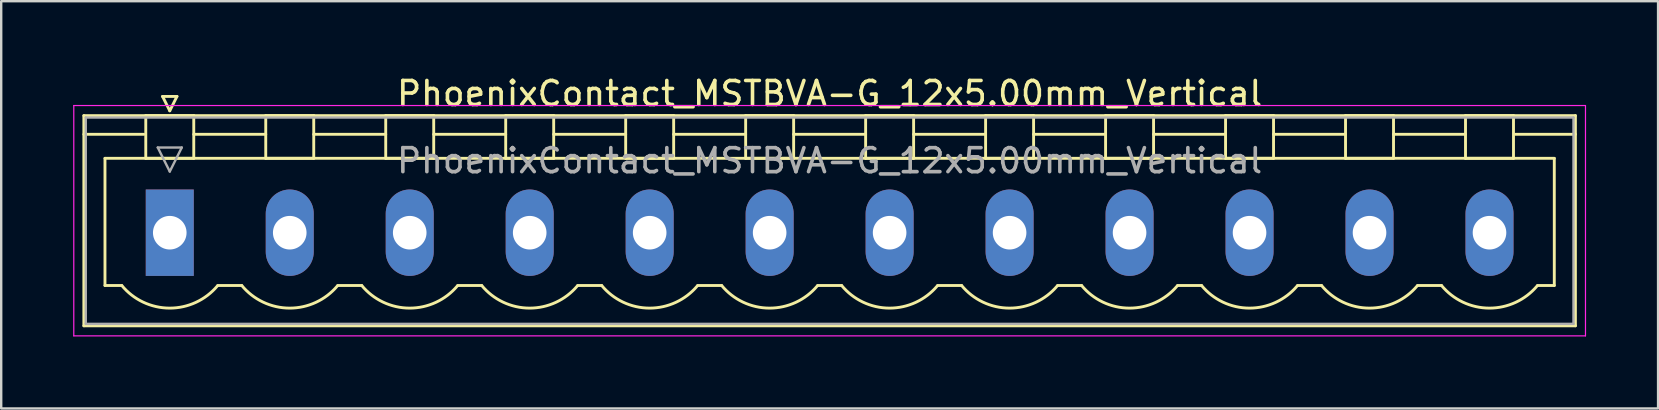
<source format=kicad_pcb>
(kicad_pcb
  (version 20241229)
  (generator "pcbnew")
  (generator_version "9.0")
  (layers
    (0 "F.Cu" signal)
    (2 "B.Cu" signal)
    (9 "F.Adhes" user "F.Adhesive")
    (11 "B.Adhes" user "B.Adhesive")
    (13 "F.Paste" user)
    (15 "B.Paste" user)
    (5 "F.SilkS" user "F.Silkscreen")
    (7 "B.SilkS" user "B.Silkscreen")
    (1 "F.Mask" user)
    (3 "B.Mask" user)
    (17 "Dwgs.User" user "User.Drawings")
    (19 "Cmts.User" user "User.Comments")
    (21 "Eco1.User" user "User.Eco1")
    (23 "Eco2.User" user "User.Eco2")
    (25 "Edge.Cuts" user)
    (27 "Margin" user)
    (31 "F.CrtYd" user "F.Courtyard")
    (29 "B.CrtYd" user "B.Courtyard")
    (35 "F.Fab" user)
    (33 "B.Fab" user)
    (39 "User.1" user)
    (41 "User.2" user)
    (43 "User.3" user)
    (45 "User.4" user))
  (footprint "PhoenixContact_MSTBVA-G_12x5.00mm_Vertical"
    (layer "F.Cu")
    (at 4.025 6.648)
    (property "Reference" "PhoenixContact_MSTBVA-G_12x5.00mm_Vertical" (at 27.5 -5.8 0) (layer "F.SilkS") (effects (font (size 1 1) (thickness 0.15))))
    (attr through_hole)
    (fp_line (start -3.58 -4.88) (end -3.58 3.88) (stroke (width 0.12) (type solid)) (layer "F.SilkS"))
    (fp_line (start -3.58 -4.1) (end -1.08 -4.1) (stroke (width 0.12) (type solid)) (layer "F.SilkS"))
    (fp_line (start -3.58 3.88) (end 58.58 3.88) (stroke (width 0.12) (type solid)) (layer "F.SilkS"))
    (fp_line (start -2.7 -3.1) (end 57.7 -3.1) (stroke (width 0.12) (type solid)) (layer "F.SilkS"))
    (fp_line (start -2.7 2.2) (end -2.7 -3.1) (stroke (width 0.12) (type solid)) (layer "F.SilkS"))
    (fp_line (start -2 2.2) (end -2.7 2.2) (stroke (width 0.12) (type solid)) (layer "F.SilkS"))
    (fp_line (start -1 -4.88) (end 1 -4.88) (stroke (width 0.12) (type solid)) (layer "F.SilkS"))
    (fp_line (start -1 -3.1) (end -1 -4.88) (stroke (width 0.12) (type solid)) (layer "F.SilkS"))
    (fp_line (start -0.3 -5.68) (end 0.3 -5.68) (stroke (width 0.12) (type solid)) (layer "F.SilkS"))
    (fp_line (start 0 -5.08) (end -0.3 -5.68) (stroke (width 0.12) (type solid)) (layer "F.SilkS"))
    (fp_line (start 0.3 -5.68) (end 0 -5.08) (stroke (width 0.12) (type solid)) (layer "F.SilkS"))
    (fp_line (start 1 -4.88) (end 1 -3.1) (stroke (width 0.12) (type solid)) (layer "F.SilkS"))
    (fp_line (start 1 -4.1) (end 4 -4.1) (stroke (width 0.12) (type solid)) (layer "F.SilkS"))
    (fp_line (start 1 -3.1) (end -1 -3.1) (stroke (width 0.12) (type solid)) (layer "F.SilkS"))
    (fp_line (start 2 2.2) (end 3 2.2) (stroke (width 0.12) (type solid)) (layer "F.SilkS"))
    (fp_line (start 4 -4.88) (end 6 -4.88) (stroke (width 0.12) (type solid)) (layer "F.SilkS"))
    (fp_line (start 4 -3.1) (end 4 -4.88) (stroke (width 0.12) (type solid)) (layer "F.SilkS"))
    (fp_line (start 6 -4.88) (end 6 -3.1) (stroke (width 0.12) (type solid)) (layer "F.SilkS"))
    (fp_line (start 6 -4.1) (end 9 -4.1) (stroke (width 0.12) (type solid)) (layer "F.SilkS"))
    (fp_line (start 6 -3.1) (end 4 -3.1) (stroke (width 0.12) (type solid)) (layer "F.SilkS"))
    (fp_line (start 7 2.2) (end 8 2.2) (stroke (width 0.12) (type solid)) (layer "F.SilkS"))
    (fp_line (start 9 -4.88) (end 11 -4.88) (stroke (width 0.12) (type solid)) (layer "F.SilkS"))
    (fp_line (start 9 -3.1) (end 9 -4.88) (stroke (width 0.12) (type solid)) (layer "F.SilkS"))
    (fp_line (start 11 -4.88) (end 11 -3.1) (stroke (width 0.12) (type solid)) (layer "F.SilkS"))
    (fp_line (start 11 -4.1) (end 14 -4.1) (stroke (width 0.12) (type solid)) (layer "F.SilkS"))
    (fp_line (start 11 -3.1) (end 9 -3.1) (stroke (width 0.12) (type solid)) (layer "F.SilkS"))
    (fp_line (start 12 2.2) (end 13 2.2) (stroke (width 0.12) (type solid)) (layer "F.SilkS"))
    (fp_line (start 14 -4.88) (end 16 -4.88) (stroke (width 0.12) (type solid)) (layer "F.SilkS"))
    (fp_line (start 14 -3.1) (end 14 -4.88) (stroke (width 0.12) (type solid)) (layer "F.SilkS"))
    (fp_line (start 16 -4.88) (end 16 -3.1) (stroke (width 0.12) (type solid)) (layer "F.SilkS"))
    (fp_line (start 16 -4.1) (end 19 -4.1) (stroke (width 0.12) (type solid)) (layer "F.SilkS"))
    (fp_line (start 16 -3.1) (end 14 -3.1) (stroke (width 0.12) (type solid)) (layer "F.SilkS"))
    (fp_line (start 17 2.2) (end 18 2.2) (stroke (width 0.12) (type solid)) (layer "F.SilkS"))
    (fp_line (start 19 -4.88) (end 21 -4.88) (stroke (width 0.12) (type solid)) (layer "F.SilkS"))
    (fp_line (start 19 -3.1) (end 19 -4.88) (stroke (width 0.12) (type solid)) (layer "F.SilkS"))
    (fp_line (start 21 -4.88) (end 21 -3.1) (stroke (width 0.12) (type solid)) (layer "F.SilkS"))
    (fp_line (start 21 -4.1) (end 24 -4.1) (stroke (width 0.12) (type solid)) (layer "F.SilkS"))
    (fp_line (start 21 -3.1) (end 19 -3.1) (stroke (width 0.12) (type solid)) (layer "F.SilkS"))
    (fp_line (start 22 2.2) (end 23 2.2) (stroke (width 0.12) (type solid)) (layer "F.SilkS"))
    (fp_line (start 24 -4.88) (end 26 -4.88) (stroke (width 0.12) (type solid)) (layer "F.SilkS"))
    (fp_line (start 24 -3.1) (end 24 -4.88) (stroke (width 0.12) (type solid)) (layer "F.SilkS"))
    (fp_line (start 26 -4.88) (end 26 -3.1) (stroke (width 0.12) (type solid)) (layer "F.SilkS"))
    (fp_line (start 26 -4.1) (end 29 -4.1) (stroke (width 0.12) (type solid)) (layer "F.SilkS"))
    (fp_line (start 26 -3.1) (end 24 -3.1) (stroke (width 0.12) (type solid)) (layer "F.SilkS"))
    (fp_line (start 27 2.2) (end 28 2.2) (stroke (width 0.12) (type solid)) (layer "F.SilkS"))
    (fp_line (start 29 -4.88) (end 31 -4.88) (stroke (width 0.12) (type solid)) (layer "F.SilkS"))
    (fp_line (start 29 -3.1) (end 29 -4.88) (stroke (width 0.12) (type solid)) (layer "F.SilkS"))
    (fp_line (start 31 -4.88) (end 31 -3.1) (stroke (width 0.12) (type solid)) (layer "F.SilkS"))
    (fp_line (start 31 -4.1) (end 34 -4.1) (stroke (width 0.12) (type solid)) (layer "F.SilkS"))
    (fp_line (start 31 -3.1) (end 29 -3.1) (stroke (width 0.12) (type solid)) (layer "F.SilkS"))
    (fp_line (start 32 2.2) (end 33 2.2) (stroke (width 0.12) (type solid)) (layer "F.SilkS"))
    (fp_line (start 34 -4.88) (end 36 -4.88) (stroke (width 0.12) (type solid)) (layer "F.SilkS"))
    (fp_line (start 34 -3.1) (end 34 -4.88) (stroke (width 0.12) (type solid)) (layer "F.SilkS"))
    (fp_line (start 36 -4.88) (end 36 -3.1) (stroke (width 0.12) (type solid)) (layer "F.SilkS"))
    (fp_line (start 36 -4.1) (end 39 -4.1) (stroke (width 0.12) (type solid)) (layer "F.SilkS"))
    (fp_line (start 36 -3.1) (end 34 -3.1) (stroke (width 0.12) (type solid)) (layer "F.SilkS"))
    (fp_line (start 37 2.2) (end 38 2.2) (stroke (width 0.12) (type solid)) (layer "F.SilkS"))
    (fp_line (start 39 -4.88) (end 41 -4.88) (stroke (width 0.12) (type solid)) (layer "F.SilkS"))
    (fp_line (start 39 -3.1) (end 39 -4.88) (stroke (width 0.12) (type solid)) (layer "F.SilkS"))
    (fp_line (start 41 -4.88) (end 41 -3.1) (stroke (width 0.12) (type solid)) (layer "F.SilkS"))
    (fp_line (start 41 -4.1) (end 44 -4.1) (stroke (width 0.12) (type solid)) (layer "F.SilkS"))
    (fp_line (start 41 -3.1) (end 39 -3.1) (stroke (width 0.12) (type solid)) (layer "F.SilkS"))
    (fp_line (start 42 2.2) (end 43 2.2) (stroke (width 0.12) (type solid)) (layer "F.SilkS"))
    (fp_line (start 44 -4.88) (end 46 -4.88) (stroke (width 0.12) (type solid)) (layer "F.SilkS"))
    (fp_line (start 44 -3.1) (end 44 -4.88) (stroke (width 0.12) (type solid)) (layer "F.SilkS"))
    (fp_line (start 46 -4.88) (end 46 -3.1) (stroke (width 0.12) (type solid)) (layer "F.SilkS"))
    (fp_line (start 46 -4.1) (end 49 -4.1) (stroke (width 0.12) (type solid)) (layer "F.SilkS"))
    (fp_line (start 46 -3.1) (end 44 -3.1) (stroke (width 0.12) (type solid)) (layer "F.SilkS"))
    (fp_line (start 47 2.2) (end 48 2.2) (stroke (width 0.12) (type solid)) (layer "F.SilkS"))
    (fp_line (start 49 -4.88) (end 51 -4.88) (stroke (width 0.12) (type solid)) (layer "F.SilkS"))
    (fp_line (start 49 -3.1) (end 49 -4.88) (stroke (width 0.12) (type solid)) (layer "F.SilkS"))
    (fp_line (start 51 -4.88) (end 51 -3.1) (stroke (width 0.12) (type solid)) (layer "F.SilkS"))
    (fp_line (start 51 -4.1) (end 54 -4.1) (stroke (width 0.12) (type solid)) (layer "F.SilkS"))
    (fp_line (start 51 -3.1) (end 49 -3.1) (stroke (width 0.12) (type solid)) (layer "F.SilkS"))
    (fp_line (start 52 2.2) (end 53 2.2) (stroke (width 0.12) (type solid)) (layer "F.SilkS"))
    (fp_line (start 54 -4.88) (end 56 -4.88) (stroke (width 0.12) (type solid)) (layer "F.SilkS"))
    (fp_line (start 54 -3.1) (end 54 -4.88) (stroke (width 0.12) (type solid)) (layer "F.SilkS"))
    (fp_line (start 56 -4.88) (end 56 -3.1) (stroke (width 0.12) (type solid)) (layer "F.SilkS"))
    (fp_line (start 56 -3.1) (end 54 -3.1) (stroke (width 0.12) (type solid)) (layer "F.SilkS"))
    (fp_line (start 57.7 -3.1) (end 57.7 2.2) (stroke (width 0.12) (type solid)) (layer "F.SilkS"))
    (fp_line (start 57.7 2.2) (end 57 2.2) (stroke (width 0.12) (type solid)) (layer "F.SilkS"))
    (fp_line (start 58.58 -4.88) (end -3.58 -4.88) (stroke (width 0.12) (type solid)) (layer "F.SilkS"))
    (fp_line (start 58.58 -4.1) (end 56.08 -4.1) (stroke (width 0.12) (type solid)) (layer "F.SilkS"))
    (fp_line (start 58.58 3.88) (end 58.58 -4.88) (stroke (width 0.12) (type solid)) (layer "F.SilkS"))
    (fp_arc (start 1.986842 2.215821) (mid -0.010289 3.142758) (end -2 2.2) (stroke (width 0.12) (type solid)) (layer "F.SilkS"))
    (fp_arc (start 6.986842 2.215821) (mid 4.989711 3.142758) (end 3 2.2) (stroke (width 0.12) (type solid)) (layer "F.SilkS"))
    (fp_arc (start 11.986842 2.215821) (mid 9.989711 3.142758) (end 8 2.2) (stroke (width 0.12) (type solid)) (layer "F.SilkS"))
    (fp_arc (start 16.986842 2.215821) (mid 14.989711 3.142758) (end 13 2.2) (stroke (width 0.12) (type solid)) (layer "F.SilkS"))
    (fp_arc (start 21.986842 2.215821) (mid 19.989711 3.142758) (end 18 2.2) (stroke (width 0.12) (type solid)) (layer "F.SilkS"))
    (fp_arc (start 26.986842 2.215821) (mid 24.989711 3.142758) (end 23 2.2) (stroke (width 0.12) (type solid)) (layer "F.SilkS"))
    (fp_arc (start 31.986842 2.215821) (mid 29.989711 3.142758) (end 28 2.2) (stroke (width 0.12) (type solid)) (layer "F.SilkS"))
    (fp_arc (start 36.986842 2.215821) (mid 34.989711 3.142758) (end 33 2.2) (stroke (width 0.12) (type solid)) (layer "F.SilkS"))
    (fp_arc (start 41.986842 2.215821) (mid 39.989711 3.142758) (end 38 2.2) (stroke (width 0.12) (type solid)) (layer "F.SilkS"))
    (fp_arc (start 46.986842 2.215821) (mid 44.989711 3.142758) (end 43 2.2) (stroke (width 0.12) (type solid)) (layer "F.SilkS"))
    (fp_arc (start 51.986842 2.215821) (mid 49.989711 3.142758) (end 48 2.2) (stroke (width 0.12) (type solid)) (layer "F.SilkS"))
    (fp_arc (start 56.986842 2.215821) (mid 54.989711 3.142758) (end 53 2.2) (stroke (width 0.12) (type solid)) (layer "F.SilkS"))
    (fp_line (start -4 -5.3) (end -4 4.3) (stroke (width 0.05) (type solid)) (layer "F.CrtYd"))
    (fp_line (start -4 4.3) (end 59 4.3) (stroke (width 0.05) (type solid)) (layer "F.CrtYd"))
    (fp_line (start 59 -5.3) (end -4 -5.3) (stroke (width 0.05) (type solid)) (layer "F.CrtYd"))
    (fp_line (start 59 4.3) (end 59 -5.3) (stroke (width 0.05) (type solid)) (layer "F.CrtYd"))
    (fp_line (start -3.5 -4.8) (end -3.5 3.8) (stroke (width 0.1) (type solid)) (layer "F.Fab"))
    (fp_line (start -3.5 3.8) (end 58.5 3.8) (stroke (width 0.1) (type solid)) (layer "F.Fab"))
    (fp_line (start -0.5 -3.55) (end 0.5 -3.55) (stroke (width 0.1) (type solid)) (layer "F.Fab"))
    (fp_line (start 0 -2.55) (end -0.5 -3.55) (stroke (width 0.1) (type solid)) (layer "F.Fab"))
    (fp_line (start 0.5 -3.55) (end 0 -2.55) (stroke (width 0.1) (type solid)) (layer "F.Fab"))
    (fp_line (start 58.5 -4.8) (end -3.5 -4.8) (stroke (width 0.1) (type solid)) (layer "F.Fab"))
    (fp_line (start 58.5 3.8) (end 58.5 -4.8) (stroke (width 0.1) (type solid)) (layer "F.Fab"))
    (fp_text user "${REFERENCE}" (at 27.5 -3 0) (layer "F.Fab") (effects (font (size 1 1) (thickness 0.15))))
    (pad "1" thru_hole rect (at 0 0) (size 2 3.6) (drill 1.4) (layers "*.Cu" "*.Mask"))
    (pad "2" thru_hole oval (at 5 0) (size 2 3.6) (drill 1.4) (layers "*.Cu" "*.Mask"))
    (pad "3" thru_hole oval (at 10 0) (size 2 3.6) (drill 1.4) (layers "*.Cu" "*.Mask"))
    (pad "4" thru_hole oval (at 15 0) (size 2 3.6) (drill 1.4) (layers "*.Cu" "*.Mask"))
    (pad "5" thru_hole oval (at 20 0) (size 2 3.6) (drill 1.4) (layers "*.Cu" "*.Mask"))
    (pad "6" thru_hole oval (at 25 0) (size 2 3.6) (drill 1.4) (layers "*.Cu" "*.Mask"))
    (pad "7" thru_hole oval (at 30 0) (size 2 3.6) (drill 1.4) (layers "*.Cu" "*.Mask"))
    (pad "8" thru_hole oval (at 35 0) (size 2 3.6) (drill 1.4) (layers "*.Cu" "*.Mask"))
    (pad "9" thru_hole oval (at 40 0) (size 2 3.6) (drill 1.4) (layers "*.Cu" "*.Mask"))
    (pad "10" thru_hole oval (at 45 0) (size 2 3.6) (drill 1.4) (layers "*.Cu" "*.Mask"))
    (pad "11" thru_hole oval (at 50 0) (size 2 3.6) (drill 1.4) (layers "*.Cu" "*.Mask"))
    (pad "12" thru_hole oval (at 55 0) (size 2 3.6) (drill 1.4) (layers "*.Cu" "*.Mask")))
  (gr_rect
    (start -3 -3)
    (end 66.05 13.973)
    (stroke (width 0.1) (type default))
    (fill no)
    (layer "Edge.Cuts")))
</source>
